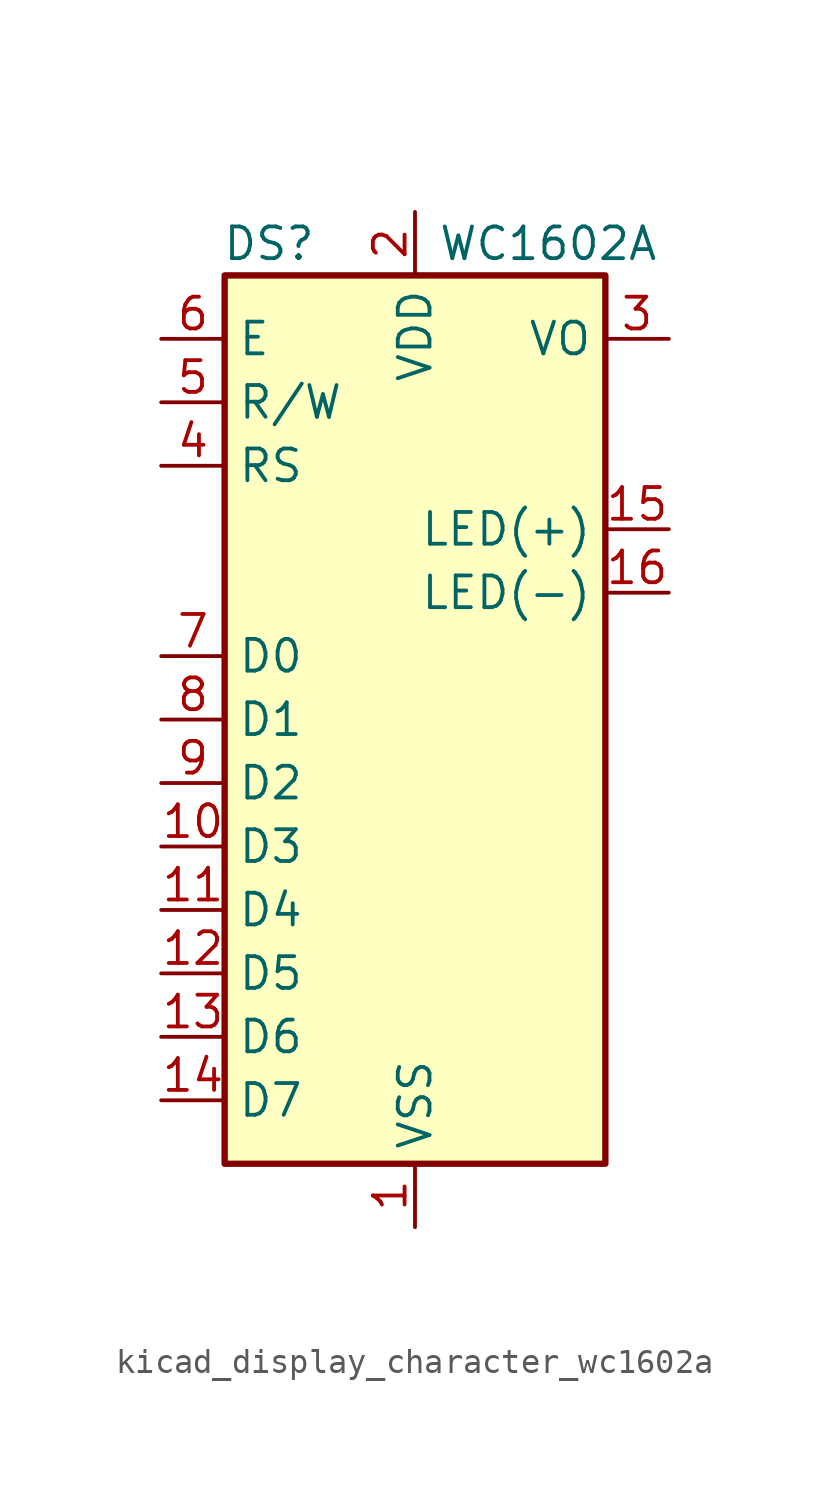
<source format=kicad_sym>
(kicad_symbol_lib
  (version 20220914)
  (generator kicad_symbol_editor)
  (symbol "kicad_display_character_wc1602a"
    (property "Reference" "DS"
      (at -5.842 19.05 0)
      (effects (font (size 1.27 1.27))))
    (property "Value" "WC1602A"
      (at 5.334 19.05 0)
      (effects (font (size 1.27 1.27))))
    (symbol "kicad_display_character_wc1602a_1_1"
      (rectangle (start -7.62 17.78) (end 7.62 -17.78) (stroke (width 0.254) (type default)) (fill (type background)))
      (pin power_in line (at 0 -20.32 90) (length 2.54) (name "VSS" (effects (font (size 1.27 1.27)))) (number "1" (effects (font (size 1.27 1.27)))))
      (pin input line (at -10.16 -5.08 0) (length 2.54) (name "D3" (effects (font (size 1.27 1.27)))) (number "10" (effects (font (size 1.27 1.27)))))
      (pin input line (at -10.16 -7.62 0) (length 2.54) (name "D4" (effects (font (size 1.27 1.27)))) (number "11" (effects (font (size 1.27 1.27)))))
      (pin input line (at -10.16 -10.16 0) (length 2.54) (name "D5" (effects (font (size 1.27 1.27)))) (number "12" (effects (font (size 1.27 1.27)))))
      (pin input line (at -10.16 -12.7 0) (length 2.54) (name "D6" (effects (font (size 1.27 1.27)))) (number "13" (effects (font (size 1.27 1.27)))))
      (pin input line (at -10.16 -15.24 0) (length 2.54) (name "D7" (effects (font (size 1.27 1.27)))) (number "14" (effects (font (size 1.27 1.27)))))
      (pin power_in line (at 10.16 7.62 180) (length 2.54) (name "LED(+)" (effects (font (size 1.27 1.27)))) (number "15" (effects (font (size 1.27 1.27)))))
      (pin power_in line (at 10.16 5.08 180) (length 2.54) (name "LED(-)" (effects (font (size 1.27 1.27)))) (number "16" (effects (font (size 1.27 1.27)))))
      (pin power_in line (at 0 20.32 270) (length 2.54) (name "VDD" (effects (font (size 1.27 1.27)))) (number "2" (effects (font (size 1.27 1.27)))))
      (pin input line (at 10.16 15.24 180) (length 2.54) (name "VO" (effects (font (size 1.27 1.27)))) (number "3" (effects (font (size 1.27 1.27)))))
      (pin input line (at -10.16 10.16 0) (length 2.54) (name "RS" (effects (font (size 1.27 1.27)))) (number "4" (effects (font (size 1.27 1.27)))))
      (pin input line (at -10.16 12.7 0) (length 2.54) (name "R/W" (effects (font (size 1.27 1.27)))) (number "5" (effects (font (size 1.27 1.27)))))
      (pin input line (at -10.16 15.24 0) (length 2.54) (name "E" (effects (font (size 1.27 1.27)))) (number "6" (effects (font (size 1.27 1.27)))))
      (pin input line (at -10.16 2.54 0) (length 2.54) (name "D0" (effects (font (size 1.27 1.27)))) (number "7" (effects (font (size 1.27 1.27)))))
      (pin input line (at -10.16 0 0) (length 2.54) (name "D1" (effects (font (size 1.27 1.27)))) (number "8" (effects (font (size 1.27 1.27)))))
      (pin input line (at -10.16 -2.54 0) (length 2.54) (name "D2" (effects (font (size 1.27 1.27)))) (number "9" (effects (font (size 1.27 1.27))))))))
</source>
